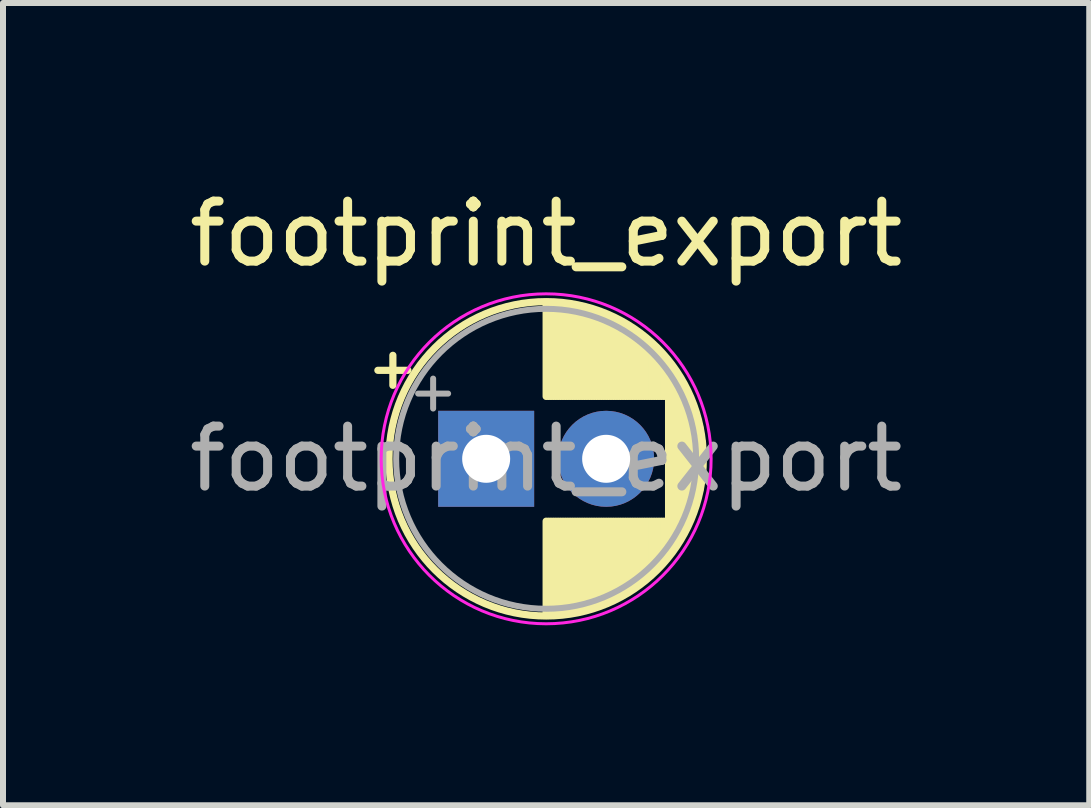
<source format=kicad_pcb>
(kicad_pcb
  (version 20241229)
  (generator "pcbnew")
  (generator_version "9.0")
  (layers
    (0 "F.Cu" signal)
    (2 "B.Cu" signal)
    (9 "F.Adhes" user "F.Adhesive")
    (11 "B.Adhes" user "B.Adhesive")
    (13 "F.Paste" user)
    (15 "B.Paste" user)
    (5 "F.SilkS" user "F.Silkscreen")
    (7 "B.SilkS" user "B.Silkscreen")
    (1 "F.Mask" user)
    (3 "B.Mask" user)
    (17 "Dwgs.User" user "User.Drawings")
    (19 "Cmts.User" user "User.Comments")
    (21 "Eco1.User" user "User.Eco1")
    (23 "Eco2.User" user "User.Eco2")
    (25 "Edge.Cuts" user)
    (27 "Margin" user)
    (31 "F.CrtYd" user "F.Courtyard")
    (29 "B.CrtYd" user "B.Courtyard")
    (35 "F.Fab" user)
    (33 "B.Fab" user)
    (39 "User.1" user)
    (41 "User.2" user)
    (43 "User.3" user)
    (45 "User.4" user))
  (footprint "footprint_export"
    (layer "F.Cu")
    (at 5.054 4.598)
    (property "Reference" "footprint_export" (at 1 -3.75 0) (layer "F.SilkS") (effects (font (size 1 1) (thickness 0.15))))
    (attr through_hole)
    (fp_line (start -1.805 -1.475) (end -1.305 -1.475) (stroke (width 0.12) (type solid)) (layer "F.SilkS"))
    (fp_line (start -1.555 -1.725) (end -1.555 -1.225) (stroke (width 0.12) (type solid)) (layer "F.SilkS"))
    (fp_line (start 1 -2.58) (end 1 -1.04) (stroke (width 0.12) (type solid)) (layer "F.SilkS"))
    (fp_line (start 1 1.04) (end 1 2.58) (stroke (width 0.12) (type solid)) (layer "F.SilkS"))
    (fp_line (start 1.04 -2.58) (end 1.04 -1.04) (stroke (width 0.12) (type solid)) (layer "F.SilkS"))
    (fp_line (start 1.04 1.04) (end 1.04 2.58) (stroke (width 0.12) (type solid)) (layer "F.SilkS"))
    (fp_line (start 1.08 -2.579) (end 1.08 -1.04) (stroke (width 0.12) (type solid)) (layer "F.SilkS"))
    (fp_line (start 1.08 1.04) (end 1.08 2.579) (stroke (width 0.12) (type solid)) (layer "F.SilkS"))
    (fp_line (start 1.12 -2.578) (end 1.12 -1.04) (stroke (width 0.12) (type solid)) (layer "F.SilkS"))
    (fp_line (start 1.12 1.04) (end 1.12 2.578) (stroke (width 0.12) (type solid)) (layer "F.SilkS"))
    (fp_line (start 1.16 -2.576) (end 1.16 -1.04) (stroke (width 0.12) (type solid)) (layer "F.SilkS"))
    (fp_line (start 1.16 1.04) (end 1.16 2.576) (stroke (width 0.12) (type solid)) (layer "F.SilkS"))
    (fp_line (start 1.2 -2.573) (end 1.2 -1.04) (stroke (width 0.12) (type solid)) (layer "F.SilkS"))
    (fp_line (start 1.2 1.04) (end 1.2 2.573) (stroke (width 0.12) (type solid)) (layer "F.SilkS"))
    (fp_line (start 1.24 -2.569) (end 1.24 -1.04) (stroke (width 0.12) (type solid)) (layer "F.SilkS"))
    (fp_line (start 1.24 1.04) (end 1.24 2.569) (stroke (width 0.12) (type solid)) (layer "F.SilkS"))
    (fp_line (start 1.28 -2.565) (end 1.28 -1.04) (stroke (width 0.12) (type solid)) (layer "F.SilkS"))
    (fp_line (start 1.28 1.04) (end 1.28 2.565) (stroke (width 0.12) (type solid)) (layer "F.SilkS"))
    (fp_line (start 1.32 -2.561) (end 1.32 -1.04) (stroke (width 0.12) (type solid)) (layer "F.SilkS"))
    (fp_line (start 1.32 1.04) (end 1.32 2.561) (stroke (width 0.12) (type solid)) (layer "F.SilkS"))
    (fp_line (start 1.36 -2.556) (end 1.36 -1.04) (stroke (width 0.12) (type solid)) (layer "F.SilkS"))
    (fp_line (start 1.36 1.04) (end 1.36 2.556) (stroke (width 0.12) (type solid)) (layer "F.SilkS"))
    (fp_line (start 1.4 -2.55) (end 1.4 -1.04) (stroke (width 0.12) (type solid)) (layer "F.SilkS"))
    (fp_line (start 1.4 1.04) (end 1.4 2.55) (stroke (width 0.12) (type solid)) (layer "F.SilkS"))
    (fp_line (start 1.44 -2.543) (end 1.44 -1.04) (stroke (width 0.12) (type solid)) (layer "F.SilkS"))
    (fp_line (start 1.44 1.04) (end 1.44 2.543) (stroke (width 0.12) (type solid)) (layer "F.SilkS"))
    (fp_line (start 1.48 -2.536) (end 1.48 -1.04) (stroke (width 0.12) (type solid)) (layer "F.SilkS"))
    (fp_line (start 1.48 1.04) (end 1.48 2.536) (stroke (width 0.12) (type solid)) (layer "F.SilkS"))
    (fp_line (start 1.52 -2.528) (end 1.52 -1.04) (stroke (width 0.12) (type solid)) (layer "F.SilkS"))
    (fp_line (start 1.52 1.04) (end 1.52 2.528) (stroke (width 0.12) (type solid)) (layer "F.SilkS"))
    (fp_line (start 1.56 -2.52) (end 1.56 -1.04) (stroke (width 0.12) (type solid)) (layer "F.SilkS"))
    (fp_line (start 1.56 1.04) (end 1.56 2.52) (stroke (width 0.12) (type solid)) (layer "F.SilkS"))
    (fp_line (start 1.6 -2.511) (end 1.6 -1.04) (stroke (width 0.12) (type solid)) (layer "F.SilkS"))
    (fp_line (start 1.6 1.04) (end 1.6 2.511) (stroke (width 0.12) (type solid)) (layer "F.SilkS"))
    (fp_line (start 1.64 -2.501) (end 1.64 -1.04) (stroke (width 0.12) (type solid)) (layer "F.SilkS"))
    (fp_line (start 1.64 1.04) (end 1.64 2.501) (stroke (width 0.12) (type solid)) (layer "F.SilkS"))
    (fp_line (start 1.68 -2.491) (end 1.68 -1.04) (stroke (width 0.12) (type solid)) (layer "F.SilkS"))
    (fp_line (start 1.68 1.04) (end 1.68 2.491) (stroke (width 0.12) (type solid)) (layer "F.SilkS"))
    (fp_line (start 1.721 -2.48) (end 1.721 -1.04) (stroke (width 0.12) (type solid)) (layer "F.SilkS"))
    (fp_line (start 1.721 1.04) (end 1.721 2.48) (stroke (width 0.12) (type solid)) (layer "F.SilkS"))
    (fp_line (start 1.761 -2.468) (end 1.761 -1.04) (stroke (width 0.12) (type solid)) (layer "F.SilkS"))
    (fp_line (start 1.761 1.04) (end 1.761 2.468) (stroke (width 0.12) (type solid)) (layer "F.SilkS"))
    (fp_line (start 1.801 -2.455) (end 1.801 -1.04) (stroke (width 0.12) (type solid)) (layer "F.SilkS"))
    (fp_line (start 1.801 1.04) (end 1.801 2.455) (stroke (width 0.12) (type solid)) (layer "F.SilkS"))
    (fp_line (start 1.841 -2.442) (end 1.841 -1.04) (stroke (width 0.12) (type solid)) (layer "F.SilkS"))
    (fp_line (start 1.841 1.04) (end 1.841 2.442) (stroke (width 0.12) (type solid)) (layer "F.SilkS"))
    (fp_line (start 1.881 -2.428) (end 1.881 -1.04) (stroke (width 0.12) (type solid)) (layer "F.SilkS"))
    (fp_line (start 1.881 1.04) (end 1.881 2.428) (stroke (width 0.12) (type solid)) (layer "F.SilkS"))
    (fp_line (start 1.921 -2.414) (end 1.921 -1.04) (stroke (width 0.12) (type solid)) (layer "F.SilkS"))
    (fp_line (start 1.921 1.04) (end 1.921 2.414) (stroke (width 0.12) (type solid)) (layer "F.SilkS"))
    (fp_line (start 1.961 -2.398) (end 1.961 -1.04) (stroke (width 0.12) (type solid)) (layer "F.SilkS"))
    (fp_line (start 1.961 1.04) (end 1.961 2.398) (stroke (width 0.12) (type solid)) (layer "F.SilkS"))
    (fp_line (start 2.001 -2.382) (end 2.001 -1.04) (stroke (width 0.12) (type solid)) (layer "F.SilkS"))
    (fp_line (start 2.001 1.04) (end 2.001 2.382) (stroke (width 0.12) (type solid)) (layer "F.SilkS"))
    (fp_line (start 2.041 -2.365) (end 2.041 -1.04) (stroke (width 0.12) (type solid)) (layer "F.SilkS"))
    (fp_line (start 2.041 1.04) (end 2.041 2.365) (stroke (width 0.12) (type solid)) (layer "F.SilkS"))
    (fp_line (start 2.081 -2.348) (end 2.081 -1.04) (stroke (width 0.12) (type solid)) (layer "F.SilkS"))
    (fp_line (start 2.081 1.04) (end 2.081 2.348) (stroke (width 0.12) (type solid)) (layer "F.SilkS"))
    (fp_line (start 2.121 -2.329) (end 2.121 -1.04) (stroke (width 0.12) (type solid)) (layer "F.SilkS"))
    (fp_line (start 2.121 1.04) (end 2.121 2.329) (stroke (width 0.12) (type solid)) (layer "F.SilkS"))
    (fp_line (start 2.161 -2.31) (end 2.161 -1.04) (stroke (width 0.12) (type solid)) (layer "F.SilkS"))
    (fp_line (start 2.161 1.04) (end 2.161 2.31) (stroke (width 0.12) (type solid)) (layer "F.SilkS"))
    (fp_line (start 2.201 -2.29) (end 2.201 -1.04) (stroke (width 0.12) (type solid)) (layer "F.SilkS"))
    (fp_line (start 2.201 1.04) (end 2.201 2.29) (stroke (width 0.12) (type solid)) (layer "F.SilkS"))
    (fp_line (start 2.241 -2.268) (end 2.241 -1.04) (stroke (width 0.12) (type solid)) (layer "F.SilkS"))
    (fp_line (start 2.241 1.04) (end 2.241 2.268) (stroke (width 0.12) (type solid)) (layer "F.SilkS"))
    (fp_line (start 2.281 -2.247) (end 2.281 -1.04) (stroke (width 0.12) (type solid)) (layer "F.SilkS"))
    (fp_line (start 2.281 1.04) (end 2.281 2.247) (stroke (width 0.12) (type solid)) (layer "F.SilkS"))
    (fp_line (start 2.321 -2.224) (end 2.321 -1.04) (stroke (width 0.12) (type solid)) (layer "F.SilkS"))
    (fp_line (start 2.321 1.04) (end 2.321 2.224) (stroke (width 0.12) (type solid)) (layer "F.SilkS"))
    (fp_line (start 2.361 -2.2) (end 2.361 -1.04) (stroke (width 0.12) (type solid)) (layer "F.SilkS"))
    (fp_line (start 2.361 1.04) (end 2.361 2.2) (stroke (width 0.12) (type solid)) (layer "F.SilkS"))
    (fp_line (start 2.401 -2.175) (end 2.401 -1.04) (stroke (width 0.12) (type solid)) (layer "F.SilkS"))
    (fp_line (start 2.401 1.04) (end 2.401 2.175) (stroke (width 0.12) (type solid)) (layer "F.SilkS"))
    (fp_line (start 2.441 -2.149) (end 2.441 -1.04) (stroke (width 0.12) (type solid)) (layer "F.SilkS"))
    (fp_line (start 2.441 1.04) (end 2.441 2.149) (stroke (width 0.12) (type solid)) (layer "F.SilkS"))
    (fp_line (start 2.481 -2.122) (end 2.481 -1.04) (stroke (width 0.12) (type solid)) (layer "F.SilkS"))
    (fp_line (start 2.481 1.04) (end 2.481 2.122) (stroke (width 0.12) (type solid)) (layer "F.SilkS"))
    (fp_line (start 2.521 -2.095) (end 2.521 -1.04) (stroke (width 0.12) (type solid)) (layer "F.SilkS"))
    (fp_line (start 2.521 1.04) (end 2.521 2.095) (stroke (width 0.12) (type solid)) (layer "F.SilkS"))
    (fp_line (start 2.561 -2.065) (end 2.561 -1.04) (stroke (width 0.12) (type solid)) (layer "F.SilkS"))
    (fp_line (start 2.561 1.04) (end 2.561 2.065) (stroke (width 0.12) (type solid)) (layer "F.SilkS"))
    (fp_line (start 2.601 -2.035) (end 2.601 -1.04) (stroke (width 0.12) (type solid)) (layer "F.SilkS"))
    (fp_line (start 2.601 1.04) (end 2.601 2.035) (stroke (width 0.12) (type solid)) (layer "F.SilkS"))
    (fp_line (start 2.641 -2.004) (end 2.641 -1.04) (stroke (width 0.12) (type solid)) (layer "F.SilkS"))
    (fp_line (start 2.641 1.04) (end 2.641 2.004) (stroke (width 0.12) (type solid)) (layer "F.SilkS"))
    (fp_line (start 2.681 -1.971) (end 2.681 -1.04) (stroke (width 0.12) (type solid)) (layer "F.SilkS"))
    (fp_line (start 2.681 1.04) (end 2.681 1.971) (stroke (width 0.12) (type solid)) (layer "F.SilkS"))
    (fp_line (start 2.721 -1.937) (end 2.721 -1.04) (stroke (width 0.12) (type solid)) (layer "F.SilkS"))
    (fp_line (start 2.721 1.04) (end 2.721 1.937) (stroke (width 0.12) (type solid)) (layer "F.SilkS"))
    (fp_line (start 2.761 -1.901) (end 2.761 -1.04) (stroke (width 0.12) (type solid)) (layer "F.SilkS"))
    (fp_line (start 2.761 1.04) (end 2.761 1.901) (stroke (width 0.12) (type solid)) (layer "F.SilkS"))
    (fp_line (start 2.801 -1.864) (end 2.801 -1.04) (stroke (width 0.12) (type solid)) (layer "F.SilkS"))
    (fp_line (start 2.801 1.04) (end 2.801 1.864) (stroke (width 0.12) (type solid)) (layer "F.SilkS"))
    (fp_line (start 2.841 -1.826) (end 2.841 -1.04) (stroke (width 0.12) (type solid)) (layer "F.SilkS"))
    (fp_line (start 2.841 1.04) (end 2.841 1.826) (stroke (width 0.12) (type solid)) (layer "F.SilkS"))
    (fp_line (start 2.881 -1.785) (end 2.881 -1.04) (stroke (width 0.12) (type solid)) (layer "F.SilkS"))
    (fp_line (start 2.881 1.04) (end 2.881 1.785) (stroke (width 0.12) (type solid)) (layer "F.SilkS"))
    (fp_line (start 2.921 -1.743) (end 2.921 -1.04) (stroke (width 0.12) (type solid)) (layer "F.SilkS"))
    (fp_line (start 2.921 1.04) (end 2.921 1.743) (stroke (width 0.12) (type solid)) (layer "F.SilkS"))
    (fp_line (start 2.961 -1.699) (end 2.961 -1.04) (stroke (width 0.12) (type solid)) (layer "F.SilkS"))
    (fp_line (start 2.961 1.04) (end 2.961 1.699) (stroke (width 0.12) (type solid)) (layer "F.SilkS"))
    (fp_line (start 3.001 -1.653) (end 3.001 -1.04) (stroke (width 0.12) (type solid)) (layer "F.SilkS"))
    (fp_line (start 3.001 1.04) (end 3.001 1.653) (stroke (width 0.12) (type solid)) (layer "F.SilkS"))
    (fp_line (start 3.041 -1.605) (end 3.041 1.605) (stroke (width 0.12) (type solid)) (layer "F.SilkS"))
    (fp_line (start 3.081 -1.554) (end 3.081 1.554) (stroke (width 0.12) (type solid)) (layer "F.SilkS"))
    (fp_line (start 3.121 -1.5) (end 3.121 1.5) (stroke (width 0.12) (type solid)) (layer "F.SilkS"))
    (fp_line (start 3.161 -1.443) (end 3.161 1.443) (stroke (width 0.12) (type solid)) (layer "F.SilkS"))
    (fp_line (start 3.201 -1.383) (end 3.201 1.383) (stroke (width 0.12) (type solid)) (layer "F.SilkS"))
    (fp_line (start 3.241 -1.319) (end 3.241 1.319) (stroke (width 0.12) (type solid)) (layer "F.SilkS"))
    (fp_line (start 3.281 -1.251) (end 3.281 1.251) (stroke (width 0.12) (type solid)) (layer "F.SilkS"))
    (fp_line (start 3.321 -1.178) (end 3.321 1.178) (stroke (width 0.12) (type solid)) (layer "F.SilkS"))
    (fp_line (start 3.361 -1.098) (end 3.361 1.098) (stroke (width 0.12) (type solid)) (layer "F.SilkS"))
    (fp_line (start 3.401 -1.011) (end 3.401 1.011) (stroke (width 0.12) (type solid)) (layer "F.SilkS"))
    (fp_line (start 3.441 -0.915) (end 3.441 0.915) (stroke (width 0.12) (type solid)) (layer "F.SilkS"))
    (fp_line (start 3.481 -0.805) (end 3.481 0.805) (stroke (width 0.12) (type solid)) (layer "F.SilkS"))
    (fp_line (start 3.521 -0.677) (end 3.521 0.677) (stroke (width 0.12) (type solid)) (layer "F.SilkS"))
    (fp_line (start 3.561 -0.518) (end 3.561 0.518) (stroke (width 0.12) (type solid)) (layer "F.SilkS"))
    (fp_line (start 3.601 -0.284) (end 3.601 0.284) (stroke (width 0.12) (type solid)) (layer "F.SilkS"))
    (fp_circle (center 1 0) (end 3.62 0) (stroke (width 0.12) (type solid)) (fill no) (layer "F.SilkS"))
    (fp_circle (center 1 0) (end 3.75 0) (stroke (width 0.05) (type solid)) (fill no) (layer "F.CrtYd"))
    (fp_line (start -1.134 -1.087) (end -0.634 -1.087) (stroke (width 0.1) (type solid)) (layer "F.Fab"))
    (fp_line (start -0.884 -1.337) (end -0.884 -0.838) (stroke (width 0.1) (type solid)) (layer "F.Fab"))
    (fp_circle (center 1 0) (end 3.5 0) (stroke (width 0.1) (type solid)) (fill no) (layer "F.Fab"))
    (fp_text user "${REFERENCE}" (at 1 0 0) (layer "F.Fab") (effects (font (size 1 1) (thickness 0.15))))
    (pad "1" thru_hole rect (at 0 0) (size 1.6 1.6) (drill 0.8) (layers "*.Cu" "*.Mask"))
    (pad "2" thru_hole circle (at 2 0) (size 1.6 1.6) (drill 0.8) (layers "*.Cu" "*.Mask")))
  (gr_rect
    (start -3 -3)
    (end 15.107 10.373)
    (stroke (width 0.1) (type default))
    (fill no)
    (layer "Edge.Cuts")))
</source>
